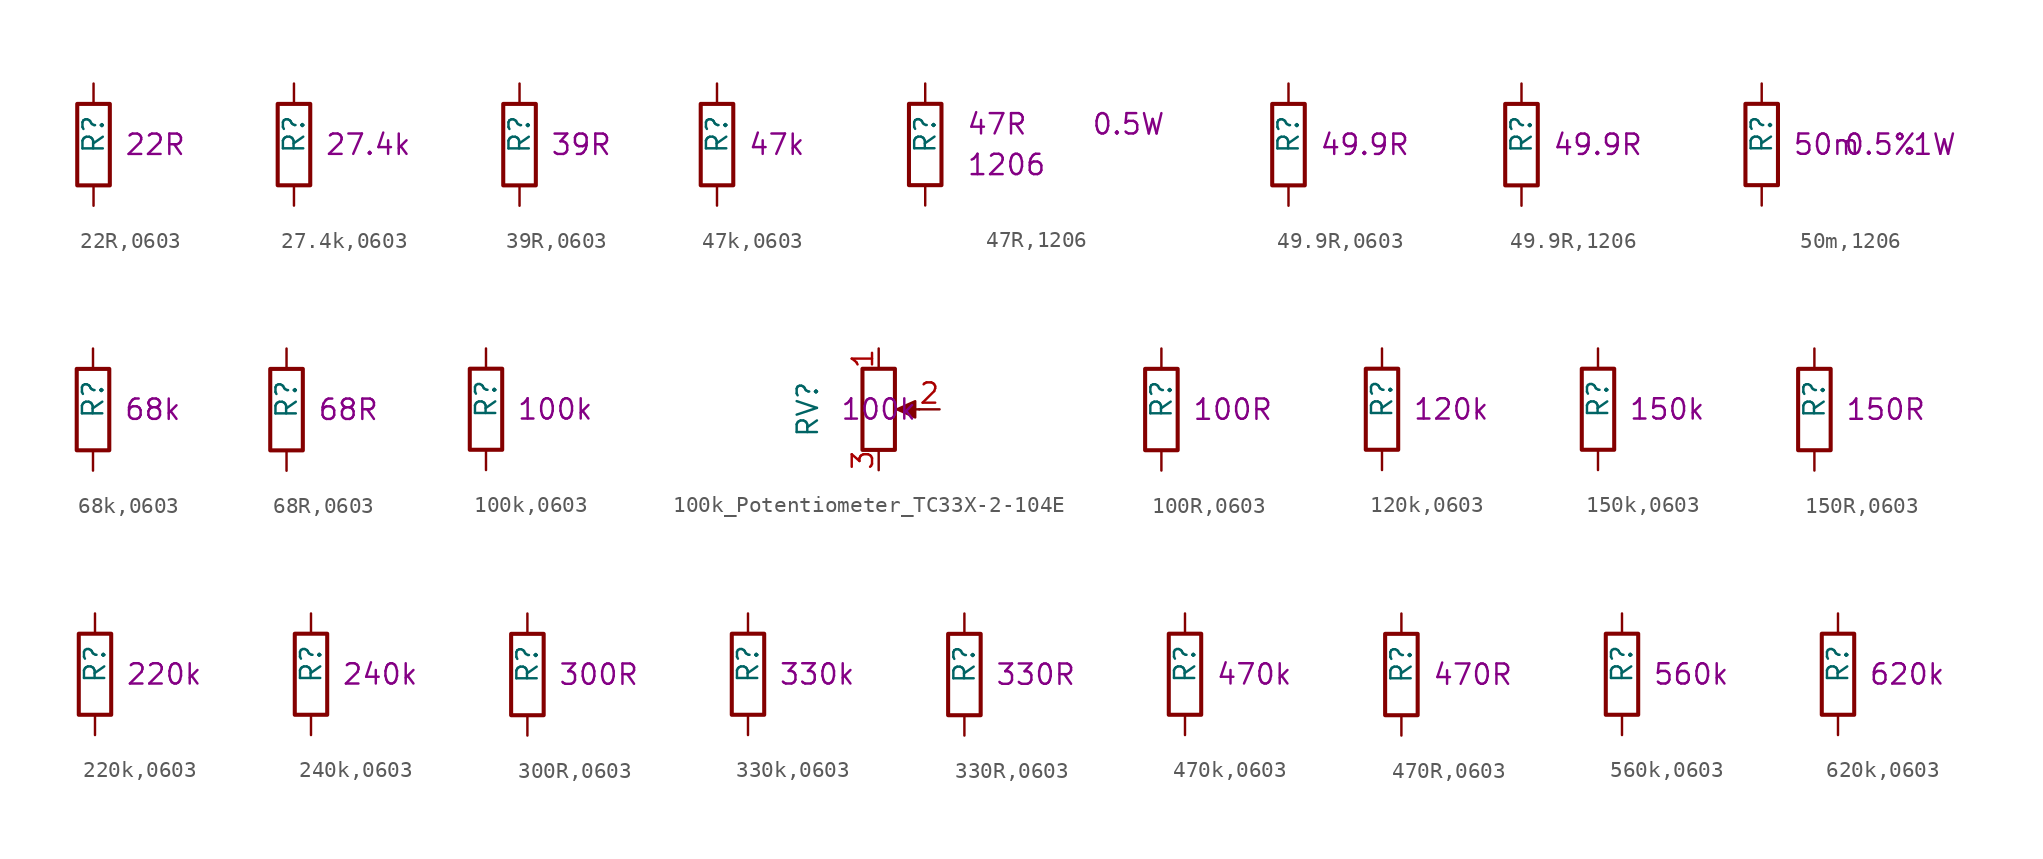
<source format=kicad_sym>
(kicad_symbol_lib
  (version 20220914)
  (generator kicad_symbol_editor)
  (symbol "22R,0603"
    (pin_numbers hide)
    (pin_names
      (offset 0.254) hide)
    (property "Reference" "R"
      (at 0 -0.635 90)
      (effects (font (size 1.27 1.27)) (justify left)))
    (property "Resistance" "22R"
      (at 1.905 0 0)
      (effects (font (size 1.27 1.27)) (justify left)))
    (symbol "22R,0603_1_1"
      (rectangle (start -1.016 -2.54) (end 1.016 2.54) (stroke (width 0.254) (type default)) (fill (type none)))
      (pin passive line (at 0 3.81 270) (length 1.27) (name "~" (effects (font (size 1.27 1.27)))) (number "1" (effects (font (size 1.27 1.27)))))
      (pin passive line (at 0 -3.81 90) (length 1.27) (name "~" (effects (font (size 1.27 1.27)))) (number "2" (effects (font (size 1.27 1.27)))))))
  (symbol "27.4k,0603"
    (pin_numbers hide)
    (pin_names
      (offset 0.254) hide)
    (property "Reference" "R"
      (at 0 -0.635 90)
      (effects (font (size 1.27 1.27)) (justify left)))
    (property "Resistance" "27.4k"
      (at 1.905 0 0)
      (effects (font (size 1.27 1.27)) (justify left)))
    (symbol "27.4k,0603_1_1"
      (rectangle (start -1.016 -2.54) (end 1.016 2.54) (stroke (width 0.254) (type default)) (fill (type none)))
      (pin passive line (at 0 3.81 270) (length 1.27) (name "~" (effects (font (size 1.27 1.27)))) (number "1" (effects (font (size 1.27 1.27)))))
      (pin passive line (at 0 -3.81 90) (length 1.27) (name "~" (effects (font (size 1.27 1.27)))) (number "2" (effects (font (size 1.27 1.27)))))))
  (symbol "39R,0603"
    (pin_numbers hide)
    (pin_names
      (offset 0.254) hide)
    (property "Reference" "R"
      (at 0 -0.635 90)
      (effects (font (size 1.27 1.27)) (justify left)))
    (property "Resistance" "39R"
      (at 1.905 0 0)
      (effects (font (size 1.27 1.27)) (justify left)))
    (symbol "39R,0603_1_1"
      (rectangle (start -1.016 -2.54) (end 1.016 2.54) (stroke (width 0.254) (type default)) (fill (type none)))
      (pin passive line (at 0 3.81 270) (length 1.27) (name "~" (effects (font (size 1.27 1.27)))) (number "1" (effects (font (size 1.27 1.27)))))
      (pin passive line (at 0 -3.81 90) (length 1.27) (name "~" (effects (font (size 1.27 1.27)))) (number "2" (effects (font (size 1.27 1.27)))))))
  (symbol "47k,0603"
    (pin_numbers hide)
    (pin_names
      (offset 0.254) hide)
    (property "Reference" "R"
      (at 0 -0.635 90)
      (effects (font (size 1.27 1.27)) (justify left)))
    (property "Resistance" "47k"
      (at 1.905 0 0)
      (effects (font (size 1.27 1.27)) (justify left)))
    (symbol "47k,0603_1_1"
      (rectangle (start -1.016 -2.54) (end 1.016 2.54) (stroke (width 0.254) (type default)) (fill (type none)))
      (pin passive line (at 0 3.81 270) (length 1.27) (name "~" (effects (font (size 1.27 1.27)))) (number "1" (effects (font (size 1.27 1.27)))))
      (pin passive line (at 0 -3.81 90) (length 1.27) (name "~" (effects (font (size 1.27 1.27)))) (number "2" (effects (font (size 1.27 1.27)))))))
  (symbol "47R,1206"
    (pin_numbers hide)
    (pin_names
      (offset 0.254) hide)
    (property "Reference" "R"
      (at 0 -0.635 90)
      (effects (font (size 1.27 1.27)) (justify left)))
    (property "Resistance" "47R"
      (at 2.54 1.27 0)
      (effects (font (size 1.27 1.27)) (justify left)))
    (property "Power" "0.5W"
      (at 12.7 1.27 0)
      (effects (font (size 1.27 1.27))))
    (property "Package" "1206"
      (at 5.08 -1.27 0)
      (effects (font (size 1.27 1.27))))
    (symbol "47R,1206_1_1"
      (rectangle (start -1.016 -2.54) (end 1.016 2.54) (stroke (width 0.254) (type default)) (fill (type none)))
      (pin passive line (at 0 3.81 270) (length 1.27) (name "~" (effects (font (size 1.27 1.27)))) (number "1" (effects (font (size 1.27 1.27)))))
      (pin passive line (at 0 -3.81 90) (length 1.27) (name "~" (effects (font (size 1.27 1.27)))) (number "2" (effects (font (size 1.27 1.27)))))))
  (symbol "49.9R,0603"
    (pin_numbers hide)
    (pin_names
      (offset 0.254) hide)
    (property "Reference" "R"
      (at 0 -0.635 90)
      (effects (font (size 1.27 1.27)) (justify left)))
    (property "Resistance" "49.9R"
      (at 1.905 0 0)
      (effects (font (size 1.27 1.27)) (justify left)))
    (symbol "49.9R,0603_1_1"
      (rectangle (start -1.016 -2.54) (end 1.016 2.54) (stroke (width 0.254) (type default)) (fill (type none)))
      (pin passive line (at 0 3.81 270) (length 1.27) (name "~" (effects (font (size 1.27 1.27)))) (number "1" (effects (font (size 1.27 1.27)))))
      (pin passive line (at 0 -3.81 90) (length 1.27) (name "~" (effects (font (size 1.27 1.27)))) (number "2" (effects (font (size 1.27 1.27)))))))
  (symbol "49.9R,1206"
    (pin_numbers hide)
    (pin_names
      (offset 0.254) hide)
    (property "Reference" "R"
      (at 0 -0.635 90)
      (effects (font (size 1.27 1.27)) (justify left)))
    (property "Resistance" "49.9R"
      (at 1.905 0 0)
      (effects (font (size 1.27 1.27)) (justify left)))
    (symbol "49.9R,1206_1_1"
      (rectangle (start -1.016 -2.54) (end 1.016 2.54) (stroke (width 0.254) (type default)) (fill (type none)))
      (pin passive line (at 0 3.81 270) (length 1.27) (name "~" (effects (font (size 1.27 1.27)))) (number "1" (effects (font (size 1.27 1.27)))))
      (pin passive line (at 0 -3.81 90) (length 1.27) (name "~" (effects (font (size 1.27 1.27)))) (number "2" (effects (font (size 1.27 1.27)))))))
  (symbol "50m,1206"
    (pin_numbers hide)
    (pin_names
      (offset 0.254) hide)
    (property "Reference" "R"
      (at 0 -0.635 90)
      (effects (font (size 1.27 1.27)) (justify left)))
    (property "Resistance" "50m"
      (at 1.905 0 0)
      (effects (font (size 1.27 1.27)) (justify left)))
    (property "Tolerance" "0.5%"
      (at 5.08 0 0)
      (effects (font (size 1.27 1.27)) (justify left)))
    (property "Power" "1W"
      (at 10.795 0 0)
      (effects (font (size 1.27 1.27))))
    (symbol "50m,1206_1_1"
      (rectangle (start -1.016 -2.54) (end 1.016 2.54) (stroke (width 0.254) (type default)) (fill (type none)))
      (pin passive line (at 0 3.81 270) (length 1.27) (name "~" (effects (font (size 1.27 1.27)))) (number "1" (effects (font (size 1.27 1.27)))))
      (pin passive line (at 0 -3.81 90) (length 1.27) (name "~" (effects (font (size 1.27 1.27)))) (number "2" (effects (font (size 1.27 1.27)))))))
  (symbol "68k,0603"
    (pin_numbers hide)
    (pin_names
      (offset 0.254) hide)
    (property "Reference" "R"
      (at 0 -0.635 90)
      (effects (font (size 1.27 1.27)) (justify left)))
    (property "Resistance" "68k"
      (at 1.905 0 0)
      (effects (font (size 1.27 1.27)) (justify left)))
    (symbol "68k,0603_1_1"
      (rectangle (start -1.016 -2.54) (end 1.016 2.54) (stroke (width 0.254) (type default)) (fill (type none)))
      (pin passive line (at 0 3.81 270) (length 1.27) (name "~" (effects (font (size 1.27 1.27)))) (number "1" (effects (font (size 1.27 1.27)))))
      (pin passive line (at 0 -3.81 90) (length 1.27) (name "~" (effects (font (size 1.27 1.27)))) (number "2" (effects (font (size 1.27 1.27)))))))
  (symbol "68R,0603"
    (pin_numbers hide)
    (pin_names
      (offset 0.254) hide)
    (property "Reference" "R"
      (at 0 -0.635 90)
      (effects (font (size 1.27 1.27)) (justify left)))
    (property "Resistance" "68R"
      (at 1.905 0 0)
      (effects (font (size 1.27 1.27)) (justify left)))
    (symbol "68R,0603_1_1"
      (rectangle (start -1.016 -2.54) (end 1.016 2.54) (stroke (width 0.254) (type default)) (fill (type none)))
      (pin passive line (at 0 3.81 270) (length 1.27) (name "~" (effects (font (size 1.27 1.27)))) (number "1" (effects (font (size 1.27 1.27)))))
      (pin passive line (at 0 -3.81 90) (length 1.27) (name "~" (effects (font (size 1.27 1.27)))) (number "2" (effects (font (size 1.27 1.27)))))))
  (symbol "100k,0603"
    (pin_numbers hide)
    (pin_names
      (offset 0.254) hide)
    (property "Reference" "R"
      (at 0 -0.635 90)
      (effects (font (size 1.27 1.27)) (justify left)))
    (property "Resistance" "100k"
      (at 1.905 0 0)
      (effects (font (size 1.27 1.27)) (justify left)))
    (symbol "100k,0603_1_1"
      (rectangle (start -1.016 -2.54) (end 1.016 2.54) (stroke (width 0.254) (type default)) (fill (type none)))
      (pin passive line (at 0 3.81 270) (length 1.27) (name "~" (effects (font (size 1.27 1.27)))) (number "1" (effects (font (size 1.27 1.27)))))
      (pin passive line (at 0 -3.81 90) (length 1.27) (name "~" (effects (font (size 1.27 1.27)))) (number "2" (effects (font (size 1.27 1.27)))))))
  (symbol "100k_Potentiometer_TC33X-2-104E"
    (pin_names
      (offset 1.016) hide)
    (property "Reference" "RV"
      (at -4.445 0 90)
      (effects (font (size 1.27 1.27))))
    (property "Pretty Value 1" "100k"
      (at 0 0 0)
      (effects (font (size 1.27 1.27))))
    (symbol "100k_Potentiometer_TC33X-2-104E_0_1"
      (polyline (pts (xy 2.54 0) (xy 1.524 0)) (stroke (width 0) (type default)) (fill (type none)))
      (polyline (pts (xy 1.143 0) (xy 2.286 0.508) (xy 2.286 -0.508) (xy 1.143 0)) (stroke (width 0) (type default)) (fill (type outline)))
      (rectangle (start 1.016 2.54) (end -1.016 -2.54) (stroke (width 0.254) (type default)) (fill (type none))))
    (symbol "100k_Potentiometer_TC33X-2-104E_1_1"
      (pin passive line (at 0 3.81 270) (length 1.27) (name "1" (effects (font (size 1.27 1.27)))) (number "1" (effects (font (size 1.27 1.27)))))
      (pin passive line (at 3.81 0 180) (length 1.27) (name "2" (effects (font (size 1.27 1.27)))) (number "2" (effects (font (size 1.27 1.27)))))
      (pin passive line (at 0 -3.81 90) (length 1.27) (name "3" (effects (font (size 1.27 1.27)))) (number "3" (effects (font (size 1.27 1.27)))))))
  (symbol "100R,0603"
    (pin_numbers hide)
    (pin_names
      (offset 0.254) hide)
    (property "Reference" "R"
      (at 0 -0.635 90)
      (effects (font (size 1.27 1.27)) (justify left)))
    (property "Resistance" "100R"
      (at 1.905 0 0)
      (effects (font (size 1.27 1.27)) (justify left)))
    (symbol "100R,0603_1_1"
      (rectangle (start -1.016 -2.54) (end 1.016 2.54) (stroke (width 0.254) (type default)) (fill (type none)))
      (pin passive line (at 0 3.81 270) (length 1.27) (name "~" (effects (font (size 1.27 1.27)))) (number "1" (effects (font (size 1.27 1.27)))))
      (pin passive line (at 0 -3.81 90) (length 1.27) (name "~" (effects (font (size 1.27 1.27)))) (number "2" (effects (font (size 1.27 1.27)))))))
  (symbol "120k,0603"
    (pin_numbers hide)
    (pin_names
      (offset 0.254) hide)
    (property "Reference" "R"
      (at 0 -0.635 90)
      (effects (font (size 1.27 1.27)) (justify left)))
    (property "Resistance" "120k"
      (at 1.905 0 0)
      (effects (font (size 1.27 1.27)) (justify left)))
    (symbol "120k,0603_1_1"
      (rectangle (start -1.016 -2.54) (end 1.016 2.54) (stroke (width 0.254) (type default)) (fill (type none)))
      (pin passive line (at 0 3.81 270) (length 1.27) (name "~" (effects (font (size 1.27 1.27)))) (number "1" (effects (font (size 1.27 1.27)))))
      (pin passive line (at 0 -3.81 90) (length 1.27) (name "~" (effects (font (size 1.27 1.27)))) (number "2" (effects (font (size 1.27 1.27)))))))
  (symbol "150k,0603"
    (pin_numbers hide)
    (pin_names
      (offset 0.254) hide)
    (property "Reference" "R"
      (at 0 -0.635 90)
      (effects (font (size 1.27 1.27)) (justify left)))
    (property "Resistance" "150k"
      (at 1.905 0 0)
      (effects (font (size 1.27 1.27)) (justify left)))
    (symbol "150k,0603_1_1"
      (rectangle (start -1.016 -2.54) (end 1.016 2.54) (stroke (width 0.254) (type default)) (fill (type none)))
      (pin passive line (at 0 3.81 270) (length 1.27) (name "~" (effects (font (size 1.27 1.27)))) (number "1" (effects (font (size 1.27 1.27)))))
      (pin passive line (at 0 -3.81 90) (length 1.27) (name "~" (effects (font (size 1.27 1.27)))) (number "2" (effects (font (size 1.27 1.27)))))))
  (symbol "150R,0603"
    (pin_numbers hide)
    (pin_names
      (offset 0.254) hide)
    (property "Reference" "R"
      (at 0 -0.635 90)
      (effects (font (size 1.27 1.27)) (justify left)))
    (property "Resistance" "150R"
      (at 1.905 0 0)
      (effects (font (size 1.27 1.27)) (justify left)))
    (symbol "150R,0603_1_1"
      (rectangle (start -1.016 -2.54) (end 1.016 2.54) (stroke (width 0.254) (type default)) (fill (type none)))
      (pin passive line (at 0 3.81 270) (length 1.27) (name "~" (effects (font (size 1.27 1.27)))) (number "1" (effects (font (size 1.27 1.27)))))
      (pin passive line (at 0 -3.81 90) (length 1.27) (name "~" (effects (font (size 1.27 1.27)))) (number "2" (effects (font (size 1.27 1.27)))))))
  (symbol "220k,0603"
    (pin_numbers hide)
    (pin_names
      (offset 0.254) hide)
    (property "Reference" "R"
      (at 0 -0.635 90)
      (effects (font (size 1.27 1.27)) (justify left)))
    (property "Resistance" "220k"
      (at 1.905 0 0)
      (effects (font (size 1.27 1.27)) (justify left)))
    (symbol "220k,0603_1_1"
      (rectangle (start -1.016 -2.54) (end 1.016 2.54) (stroke (width 0.254) (type default)) (fill (type none)))
      (pin passive line (at 0 3.81 270) (length 1.27) (name "~" (effects (font (size 1.27 1.27)))) (number "1" (effects (font (size 1.27 1.27)))))
      (pin passive line (at 0 -3.81 90) (length 1.27) (name "~" (effects (font (size 1.27 1.27)))) (number "2" (effects (font (size 1.27 1.27)))))))
  (symbol "240k,0603"
    (pin_numbers hide)
    (pin_names
      (offset 0.254) hide)
    (property "Reference" "R"
      (at 0 -0.635 90)
      (effects (font (size 1.27 1.27)) (justify left)))
    (property "Resistance" "240k"
      (at 1.905 0 0)
      (effects (font (size 1.27 1.27)) (justify left)))
    (symbol "240k,0603_1_1"
      (rectangle (start -1.016 -2.54) (end 1.016 2.54) (stroke (width 0.254) (type default)) (fill (type none)))
      (pin passive line (at 0 3.81 270) (length 1.27) (name "~" (effects (font (size 1.27 1.27)))) (number "1" (effects (font (size 1.27 1.27)))))
      (pin passive line (at 0 -3.81 90) (length 1.27) (name "~" (effects (font (size 1.27 1.27)))) (number "2" (effects (font (size 1.27 1.27)))))))
  (symbol "300R,0603"
    (pin_numbers hide)
    (pin_names
      (offset 0.254) hide)
    (property "Reference" "R"
      (at 0 -0.635 90)
      (effects (font (size 1.27 1.27)) (justify left)))
    (property "Resistance" "300R"
      (at 1.905 0 0)
      (effects (font (size 1.27 1.27)) (justify left)))
    (symbol "300R,0603_1_1"
      (rectangle (start -1.016 -2.54) (end 1.016 2.54) (stroke (width 0.254) (type default)) (fill (type none)))
      (pin passive line (at 0 3.81 270) (length 1.27) (name "~" (effects (font (size 1.27 1.27)))) (number "1" (effects (font (size 1.27 1.27)))))
      (pin passive line (at 0 -3.81 90) (length 1.27) (name "~" (effects (font (size 1.27 1.27)))) (number "2" (effects (font (size 1.27 1.27)))))))
  (symbol "330k,0603"
    (pin_numbers hide)
    (pin_names
      (offset 0.254) hide)
    (property "Reference" "R"
      (at 0 -0.635 90)
      (effects (font (size 1.27 1.27)) (justify left)))
    (property "Resistance" "330k"
      (at 1.905 0 0)
      (effects (font (size 1.27 1.27)) (justify left)))
    (symbol "330k,0603_1_1"
      (rectangle (start -1.016 -2.54) (end 1.016 2.54) (stroke (width 0.254) (type default)) (fill (type none)))
      (pin passive line (at 0 3.81 270) (length 1.27) (name "~" (effects (font (size 1.27 1.27)))) (number "1" (effects (font (size 1.27 1.27)))))
      (pin passive line (at 0 -3.81 90) (length 1.27) (name "~" (effects (font (size 1.27 1.27)))) (number "2" (effects (font (size 1.27 1.27)))))))
  (symbol "330R,0603"
    (pin_numbers hide)
    (pin_names
      (offset 0.254) hide)
    (property "Reference" "R"
      (at 0 -0.635 90)
      (effects (font (size 1.27 1.27)) (justify left)))
    (property "Resistance" "330R"
      (at 1.905 0 0)
      (effects (font (size 1.27 1.27)) (justify left)))
    (symbol "330R,0603_1_1"
      (rectangle (start -1.016 -2.54) (end 1.016 2.54) (stroke (width 0.254) (type default)) (fill (type none)))
      (pin passive line (at 0 3.81 270) (length 1.27) (name "~" (effects (font (size 1.27 1.27)))) (number "1" (effects (font (size 1.27 1.27)))))
      (pin passive line (at 0 -3.81 90) (length 1.27) (name "~" (effects (font (size 1.27 1.27)))) (number "2" (effects (font (size 1.27 1.27)))))))
  (symbol "470k,0603"
    (pin_numbers hide)
    (pin_names
      (offset 0.254) hide)
    (property "Reference" "R"
      (at 0 -0.635 90)
      (effects (font (size 1.27 1.27)) (justify left)))
    (property "Resistance" "470k"
      (at 1.905 0 0)
      (effects (font (size 1.27 1.27)) (justify left)))
    (symbol "470k,0603_1_1"
      (rectangle (start -1.016 -2.54) (end 1.016 2.54) (stroke (width 0.254) (type default)) (fill (type none)))
      (pin passive line (at 0 3.81 270) (length 1.27) (name "~" (effects (font (size 1.27 1.27)))) (number "1" (effects (font (size 1.27 1.27)))))
      (pin passive line (at 0 -3.81 90) (length 1.27) (name "~" (effects (font (size 1.27 1.27)))) (number "2" (effects (font (size 1.27 1.27)))))))
  (symbol "470R,0603"
    (pin_numbers hide)
    (pin_names
      (offset 0.254) hide)
    (property "Reference" "R"
      (at 0 -0.635 90)
      (effects (font (size 1.27 1.27)) (justify left)))
    (property "Resistance" "470R"
      (at 1.905 0 0)
      (effects (font (size 1.27 1.27)) (justify left)))
    (symbol "470R,0603_1_1"
      (rectangle (start -1.016 -2.54) (end 1.016 2.54) (stroke (width 0.254) (type default)) (fill (type none)))
      (pin passive line (at 0 3.81 270) (length 1.27) (name "~" (effects (font (size 1.27 1.27)))) (number "1" (effects (font (size 1.27 1.27)))))
      (pin passive line (at 0 -3.81 90) (length 1.27) (name "~" (effects (font (size 1.27 1.27)))) (number "2" (effects (font (size 1.27 1.27)))))))
  (symbol "560k,0603"
    (pin_numbers hide)
    (pin_names
      (offset 0.254) hide)
    (property "Reference" "R"
      (at 0 -0.635 90)
      (effects (font (size 1.27 1.27)) (justify left)))
    (property "Resistance" "560k"
      (at 1.905 0 0)
      (effects (font (size 1.27 1.27)) (justify left)))
    (symbol "560k,0603_1_1"
      (rectangle (start -1.016 -2.54) (end 1.016 2.54) (stroke (width 0.254) (type default)) (fill (type none)))
      (pin passive line (at 0 3.81 270) (length 1.27) (name "~" (effects (font (size 1.27 1.27)))) (number "1" (effects (font (size 1.27 1.27)))))
      (pin passive line (at 0 -3.81 90) (length 1.27) (name "~" (effects (font (size 1.27 1.27)))) (number "2" (effects (font (size 1.27 1.27)))))))
  (symbol "620k,0603"
    (pin_numbers hide)
    (pin_names
      (offset 0.254) hide)
    (property "Reference" "R"
      (at 0 -0.635 90)
      (effects (font (size 1.27 1.27)) (justify left)))
    (property "Resistance" "620k"
      (at 1.905 0 0)
      (effects (font (size 1.27 1.27)) (justify left)))
    (symbol "620k,0603_1_1"
      (rectangle (start -1.016 -2.54) (end 1.016 2.54) (stroke (width 0.254) (type default)) (fill (type none)))
      (pin passive line (at 0 3.81 270) (length 1.27) (name "~" (effects (font (size 1.27 1.27)))) (number "1" (effects (font (size 1.27 1.27)))))
      (pin passive line (at 0 -3.81 90) (length 1.27) (name "~" (effects (font (size 1.27 1.27)))) (number "2" (effects (font (size 1.27 1.27))))))))
</source>
